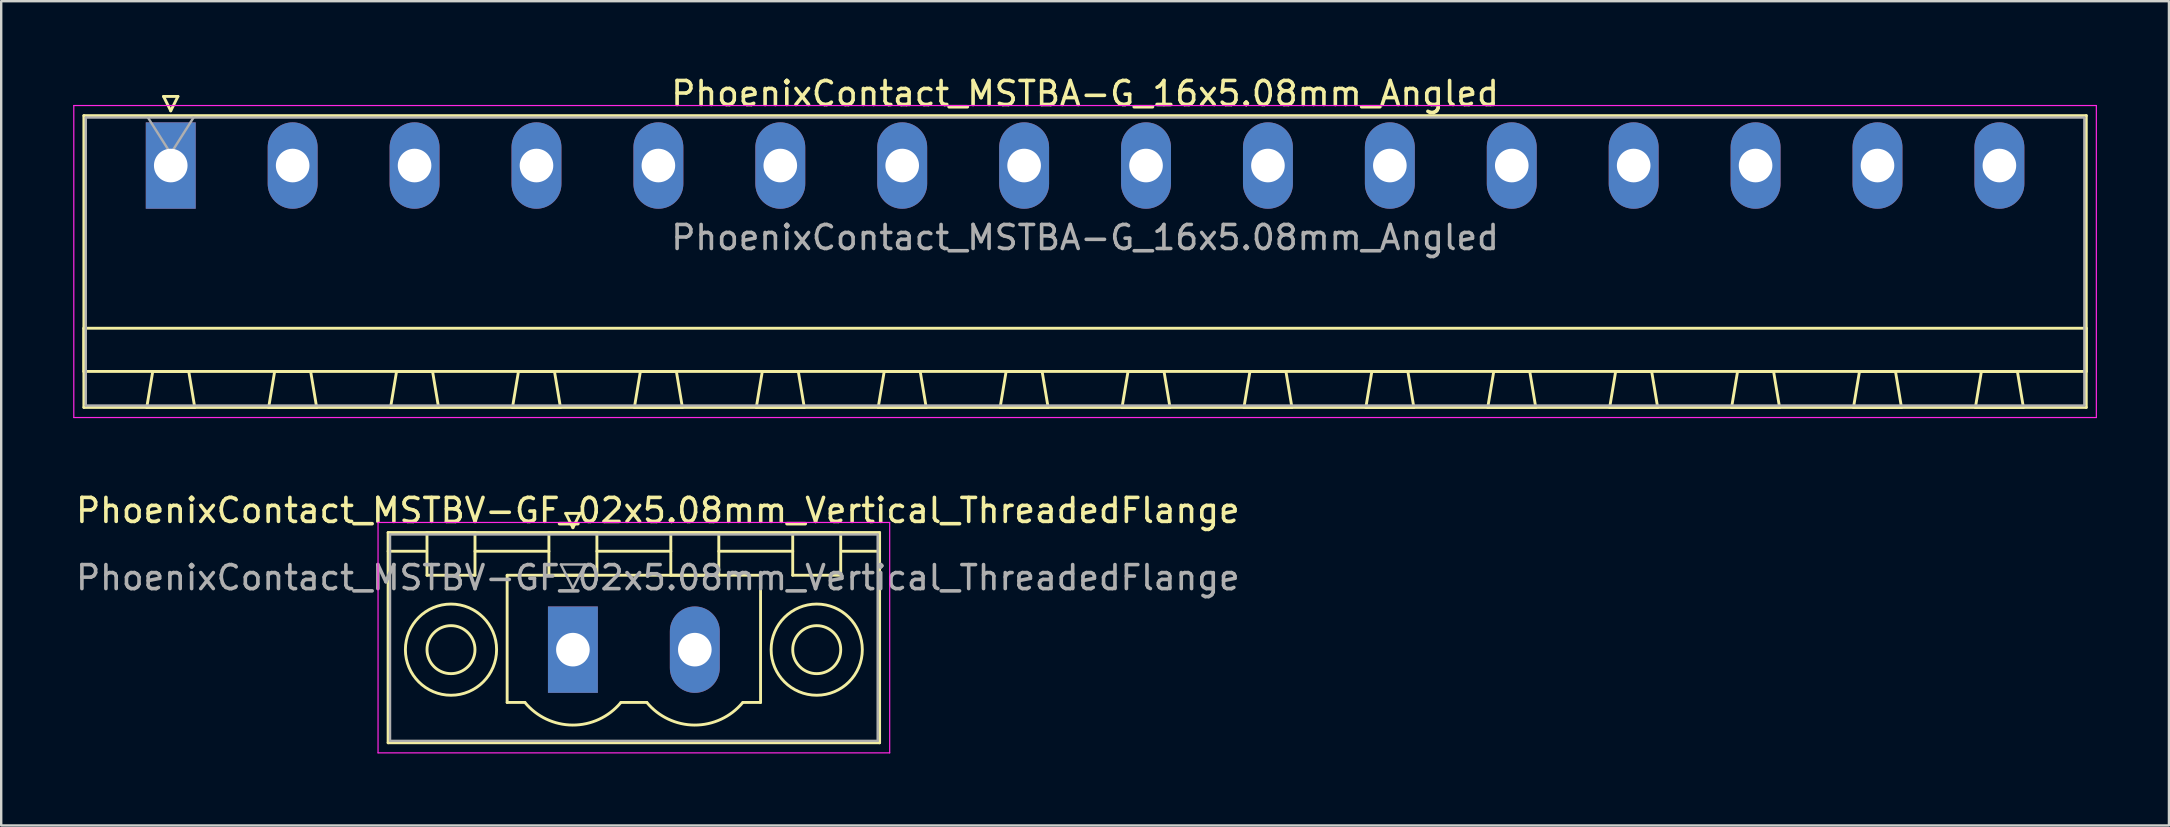
<source format=kicad_pcb>
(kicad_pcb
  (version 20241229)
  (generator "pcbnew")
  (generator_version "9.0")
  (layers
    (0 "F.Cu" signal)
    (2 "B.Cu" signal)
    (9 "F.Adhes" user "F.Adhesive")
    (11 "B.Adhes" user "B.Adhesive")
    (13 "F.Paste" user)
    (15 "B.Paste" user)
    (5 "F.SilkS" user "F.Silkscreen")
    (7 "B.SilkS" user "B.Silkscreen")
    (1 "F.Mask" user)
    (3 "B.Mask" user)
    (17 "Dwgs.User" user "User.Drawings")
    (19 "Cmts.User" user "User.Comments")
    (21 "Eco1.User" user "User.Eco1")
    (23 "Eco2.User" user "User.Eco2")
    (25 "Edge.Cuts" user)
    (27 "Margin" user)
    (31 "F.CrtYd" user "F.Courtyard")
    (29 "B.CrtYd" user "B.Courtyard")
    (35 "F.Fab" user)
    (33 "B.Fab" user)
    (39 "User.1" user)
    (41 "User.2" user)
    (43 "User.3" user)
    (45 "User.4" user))
  (footprint "PhoenixContact_MSTBA-G_16x5.08mm_Angled"
    (layer "F.Cu")
    (at 4.065 3.848)
    (property "Reference" "PhoenixContact_MSTBA-G_16x5.08mm_Angled" (at 38.1 -3 0) (layer "F.SilkS") (effects (font (size 1 1) (thickness 0.15))))
    (attr through_hole)
    (fp_line (start -3.62 -2.08) (end -3.62 10.08) (stroke (width 0.12) (type solid)) (layer "F.SilkS"))
    (fp_line (start -3.62 6.78) (end 79.82 6.78) (stroke (width 0.12) (type solid)) (layer "F.SilkS"))
    (fp_line (start -3.62 8.58) (end -3.62 6.78) (stroke (width 0.12) (type solid)) (layer "F.SilkS"))
    (fp_line (start -3.62 10.08) (end 79.82 10.08) (stroke (width 0.12) (type solid)) (layer "F.SilkS"))
    (fp_line (start -1 10.08) (end 1 10.08) (stroke (width 0.12) (type solid)) (layer "F.SilkS"))
    (fp_line (start -0.75 8.58) (end -1 10.08) (stroke (width 0.12) (type solid)) (layer "F.SilkS"))
    (fp_line (start -0.3 -2.88) (end 0.3 -2.88) (stroke (width 0.12) (type solid)) (layer "F.SilkS"))
    (fp_line (start 0 -2.28) (end -0.3 -2.88) (stroke (width 0.12) (type solid)) (layer "F.SilkS"))
    (fp_line (start 0.3 -2.88) (end 0 -2.28) (stroke (width 0.12) (type solid)) (layer "F.SilkS"))
    (fp_line (start 0.75 8.58) (end -0.75 8.58) (stroke (width 0.12) (type solid)) (layer "F.SilkS"))
    (fp_line (start 1 10.08) (end 0.75 8.58) (stroke (width 0.12) (type solid)) (layer "F.SilkS"))
    (fp_line (start 4.08 10.08) (end 6.08 10.08) (stroke (width 0.12) (type solid)) (layer "F.SilkS"))
    (fp_line (start 4.33 8.58) (end 4.08 10.08) (stroke (width 0.12) (type solid)) (layer "F.SilkS"))
    (fp_line (start 5.83 8.58) (end 4.33 8.58) (stroke (width 0.12) (type solid)) (layer "F.SilkS"))
    (fp_line (start 6.08 10.08) (end 5.83 8.58) (stroke (width 0.12) (type solid)) (layer "F.SilkS"))
    (fp_line (start 9.16 10.08) (end 11.16 10.08) (stroke (width 0.12) (type solid)) (layer "F.SilkS"))
    (fp_line (start 9.41 8.58) (end 9.16 10.08) (stroke (width 0.12) (type solid)) (layer "F.SilkS"))
    (fp_line (start 10.91 8.58) (end 9.41 8.58) (stroke (width 0.12) (type solid)) (layer "F.SilkS"))
    (fp_line (start 11.16 10.08) (end 10.91 8.58) (stroke (width 0.12) (type solid)) (layer "F.SilkS"))
    (fp_line (start 14.24 10.08) (end 16.24 10.08) (stroke (width 0.12) (type solid)) (layer "F.SilkS"))
    (fp_line (start 14.49 8.58) (end 14.24 10.08) (stroke (width 0.12) (type solid)) (layer "F.SilkS"))
    (fp_line (start 15.99 8.58) (end 14.49 8.58) (stroke (width 0.12) (type solid)) (layer "F.SilkS"))
    (fp_line (start 16.24 10.08) (end 15.99 8.58) (stroke (width 0.12) (type solid)) (layer "F.SilkS"))
    (fp_line (start 19.32 10.08) (end 21.32 10.08) (stroke (width 0.12) (type solid)) (layer "F.SilkS"))
    (fp_line (start 19.57 8.58) (end 19.32 10.08) (stroke (width 0.12) (type solid)) (layer "F.SilkS"))
    (fp_line (start 21.07 8.58) (end 19.57 8.58) (stroke (width 0.12) (type solid)) (layer "F.SilkS"))
    (fp_line (start 21.32 10.08) (end 21.07 8.58) (stroke (width 0.12) (type solid)) (layer "F.SilkS"))
    (fp_line (start 24.4 10.08) (end 26.4 10.08) (stroke (width 0.12) (type solid)) (layer "F.SilkS"))
    (fp_line (start 24.65 8.58) (end 24.4 10.08) (stroke (width 0.12) (type solid)) (layer "F.SilkS"))
    (fp_line (start 26.15 8.58) (end 24.65 8.58) (stroke (width 0.12) (type solid)) (layer "F.SilkS"))
    (fp_line (start 26.4 10.08) (end 26.15 8.58) (stroke (width 0.12) (type solid)) (layer "F.SilkS"))
    (fp_line (start 29.48 10.08) (end 31.48 10.08) (stroke (width 0.12) (type solid)) (layer "F.SilkS"))
    (fp_line (start 29.73 8.58) (end 29.48 10.08) (stroke (width 0.12) (type solid)) (layer "F.SilkS"))
    (fp_line (start 31.23 8.58) (end 29.73 8.58) (stroke (width 0.12) (type solid)) (layer "F.SilkS"))
    (fp_line (start 31.48 10.08) (end 31.23 8.58) (stroke (width 0.12) (type solid)) (layer "F.SilkS"))
    (fp_line (start 34.56 10.08) (end 36.56 10.08) (stroke (width 0.12) (type solid)) (layer "F.SilkS"))
    (fp_line (start 34.81 8.58) (end 34.56 10.08) (stroke (width 0.12) (type solid)) (layer "F.SilkS"))
    (fp_line (start 36.31 8.58) (end 34.81 8.58) (stroke (width 0.12) (type solid)) (layer "F.SilkS"))
    (fp_line (start 36.56 10.08) (end 36.31 8.58) (stroke (width 0.12) (type solid)) (layer "F.SilkS"))
    (fp_line (start 39.64 10.08) (end 41.64 10.08) (stroke (width 0.12) (type solid)) (layer "F.SilkS"))
    (fp_line (start 39.89 8.58) (end 39.64 10.08) (stroke (width 0.12) (type solid)) (layer "F.SilkS"))
    (fp_line (start 41.39 8.58) (end 39.89 8.58) (stroke (width 0.12) (type solid)) (layer "F.SilkS"))
    (fp_line (start 41.64 10.08) (end 41.39 8.58) (stroke (width 0.12) (type solid)) (layer "F.SilkS"))
    (fp_line (start 44.72 10.08) (end 46.72 10.08) (stroke (width 0.12) (type solid)) (layer "F.SilkS"))
    (fp_line (start 44.97 8.58) (end 44.72 10.08) (stroke (width 0.12) (type solid)) (layer "F.SilkS"))
    (fp_line (start 46.47 8.58) (end 44.97 8.58) (stroke (width 0.12) (type solid)) (layer "F.SilkS"))
    (fp_line (start 46.72 10.08) (end 46.47 8.58) (stroke (width 0.12) (type solid)) (layer "F.SilkS"))
    (fp_line (start 49.8 10.08) (end 51.8 10.08) (stroke (width 0.12) (type solid)) (layer "F.SilkS"))
    (fp_line (start 50.05 8.58) (end 49.8 10.08) (stroke (width 0.12) (type solid)) (layer "F.SilkS"))
    (fp_line (start 51.55 8.58) (end 50.05 8.58) (stroke (width 0.12) (type solid)) (layer "F.SilkS"))
    (fp_line (start 51.8 10.08) (end 51.55 8.58) (stroke (width 0.12) (type solid)) (layer "F.SilkS"))
    (fp_line (start 54.88 10.08) (end 56.88 10.08) (stroke (width 0.12) (type solid)) (layer "F.SilkS"))
    (fp_line (start 55.13 8.58) (end 54.88 10.08) (stroke (width 0.12) (type solid)) (layer "F.SilkS"))
    (fp_line (start 56.63 8.58) (end 55.13 8.58) (stroke (width 0.12) (type solid)) (layer "F.SilkS"))
    (fp_line (start 56.88 10.08) (end 56.63 8.58) (stroke (width 0.12) (type solid)) (layer "F.SilkS"))
    (fp_line (start 59.96 10.08) (end 61.96 10.08) (stroke (width 0.12) (type solid)) (layer "F.SilkS"))
    (fp_line (start 60.21 8.58) (end 59.96 10.08) (stroke (width 0.12) (type solid)) (layer "F.SilkS"))
    (fp_line (start 61.71 8.58) (end 60.21 8.58) (stroke (width 0.12) (type solid)) (layer "F.SilkS"))
    (fp_line (start 61.96 10.08) (end 61.71 8.58) (stroke (width 0.12) (type solid)) (layer "F.SilkS"))
    (fp_line (start 65.04 10.08) (end 67.04 10.08) (stroke (width 0.12) (type solid)) (layer "F.SilkS"))
    (fp_line (start 65.29 8.58) (end 65.04 10.08) (stroke (width 0.12) (type solid)) (layer "F.SilkS"))
    (fp_line (start 66.79 8.58) (end 65.29 8.58) (stroke (width 0.12) (type solid)) (layer "F.SilkS"))
    (fp_line (start 67.04 10.08) (end 66.79 8.58) (stroke (width 0.12) (type solid)) (layer "F.SilkS"))
    (fp_line (start 70.12 10.08) (end 72.12 10.08) (stroke (width 0.12) (type solid)) (layer "F.SilkS"))
    (fp_line (start 70.37 8.58) (end 70.12 10.08) (stroke (width 0.12) (type solid)) (layer "F.SilkS"))
    (fp_line (start 71.87 8.58) (end 70.37 8.58) (stroke (width 0.12) (type solid)) (layer "F.SilkS"))
    (fp_line (start 72.12 10.08) (end 71.87 8.58) (stroke (width 0.12) (type solid)) (layer "F.SilkS"))
    (fp_line (start 75.2 10.08) (end 77.2 10.08) (stroke (width 0.12) (type solid)) (layer "F.SilkS"))
    (fp_line (start 75.45 8.58) (end 75.2 10.08) (stroke (width 0.12) (type solid)) (layer "F.SilkS"))
    (fp_line (start 76.95 8.58) (end 75.45 8.58) (stroke (width 0.12) (type solid)) (layer "F.SilkS"))
    (fp_line (start 77.2 10.08) (end 76.95 8.58) (stroke (width 0.12) (type solid)) (layer "F.SilkS"))
    (fp_line (start 79.82 -2.08) (end -3.62 -2.08) (stroke (width 0.12) (type solid)) (layer "F.SilkS"))
    (fp_line (start 79.82 6.78) (end 79.82 8.58) (stroke (width 0.12) (type solid)) (layer "F.SilkS"))
    (fp_line (start 79.82 8.58) (end -3.62 8.58) (stroke (width 0.12) (type solid)) (layer "F.SilkS"))
    (fp_line (start 79.82 10.08) (end 79.82 -2.08) (stroke (width 0.12) (type solid)) (layer "F.SilkS"))
    (fp_line (start -4.04 -2.5) (end -4.04 10.5) (stroke (width 0.05) (type solid)) (layer "F.CrtYd"))
    (fp_line (start -4.04 10.5) (end 80.24 10.5) (stroke (width 0.05) (type solid)) (layer "F.CrtYd"))
    (fp_line (start 80.24 -2.5) (end -4.04 -2.5) (stroke (width 0.05) (type solid)) (layer "F.CrtYd"))
    (fp_line (start 80.24 10.5) (end 80.24 -2.5) (stroke (width 0.05) (type solid)) (layer "F.CrtYd"))
    (fp_line (start -3.54 -2) (end -3.54 10) (stroke (width 0.1) (type solid)) (layer "F.Fab"))
    (fp_line (start -3.54 10) (end 79.74 10) (stroke (width 0.1) (type solid)) (layer "F.Fab"))
    (fp_line (start 0 -0.5) (end -0.95 -2) (stroke (width 0.1) (type solid)) (layer "F.Fab"))
    (fp_line (start 0.95 -2) (end 0 -0.5) (stroke (width 0.1) (type solid)) (layer "F.Fab"))
    (fp_line (start 79.74 -2) (end -3.54 -2) (stroke (width 0.1) (type solid)) (layer "F.Fab"))
    (fp_line (start 79.74 10) (end 79.74 -2) (stroke (width 0.1) (type solid)) (layer "F.Fab"))
    (fp_text user "${REFERENCE}" (at 38.1 3 0) (layer "F.Fab") (effects (font (size 1 1) (thickness 0.15))))
    (pad "1" thru_hole rect (at 0 0) (size 2.08 3.6) (drill 1.4) (layers "*.Cu" "*.Mask"))
    (pad "2" thru_hole oval (at 5.08 0) (size 2.08 3.6) (drill 1.4) (layers "*.Cu" "*.Mask"))
    (pad "3" thru_hole oval (at 10.16 0) (size 2.08 3.6) (drill 1.4) (layers "*.Cu" "*.Mask"))
    (pad "4" thru_hole oval (at 15.24 0) (size 2.08 3.6) (drill 1.4) (layers "*.Cu" "*.Mask"))
    (pad "5" thru_hole oval (at 20.32 0) (size 2.08 3.6) (drill 1.4) (layers "*.Cu" "*.Mask"))
    (pad "6" thru_hole oval (at 25.4 0) (size 2.08 3.6) (drill 1.4) (layers "*.Cu" "*.Mask"))
    (pad "7" thru_hole oval (at 30.48 0) (size 2.08 3.6) (drill 1.4) (layers "*.Cu" "*.Mask"))
    (pad "8" thru_hole oval (at 35.56 0) (size 2.08 3.6) (drill 1.4) (layers "*.Cu" "*.Mask"))
    (pad "9" thru_hole oval (at 40.64 0) (size 2.08 3.6) (drill 1.4) (layers "*.Cu" "*.Mask"))
    (pad "10" thru_hole oval (at 45.72 0) (size 2.08 3.6) (drill 1.4) (layers "*.Cu" "*.Mask"))
    (pad "11" thru_hole oval (at 50.8 0) (size 2.08 3.6) (drill 1.4) (layers "*.Cu" "*.Mask"))
    (pad "12" thru_hole oval (at 55.88 0) (size 2.08 3.6) (drill 1.4) (layers "*.Cu" "*.Mask"))
    (pad "13" thru_hole oval (at 60.96 0) (size 2.08 3.6) (drill 1.4) (layers "*.Cu" "*.Mask"))
    (pad "14" thru_hole oval (at 66.04 0) (size 2.08 3.6) (drill 1.4) (layers "*.Cu" "*.Mask"))
    (pad "15" thru_hole oval (at 71.12 0) (size 2.08 3.6) (drill 1.4) (layers "*.Cu" "*.Mask"))
    (pad "16" thru_hole oval (at 76.2 0) (size 2.08 3.6) (drill 1.4) (layers "*.Cu" "*.Mask")))
  (footprint "PhoenixContact_MSTBV-GF_02x5.08mm_Vertical_ThreadedFlange"
    (layer "F.Cu")
    (at 20.823 24.021)
    (property "Reference" "PhoenixContact_MSTBV-GF_02x5.08mm_Vertical_ThreadedFlange" (at 3.54 -5.8 0) (layer "F.SilkS") (effects (font (size 1 1) (thickness 0.15))))
    (attr through_hole)
    (fp_line (start -7.7 -4.88) (end -7.7 3.88) (stroke (width 0.12) (type solid)) (layer "F.SilkS"))
    (fp_line (start -7.7 -4.1) (end -6.16 -4.1) (stroke (width 0.12) (type solid)) (layer "F.SilkS"))
    (fp_line (start -7.7 3.88) (end 12.78 3.88) (stroke (width 0.12) (type solid)) (layer "F.SilkS"))
    (fp_line (start -6.08 -4.88) (end -4.08 -4.88) (stroke (width 0.12) (type solid)) (layer "F.SilkS"))
    (fp_line (start -6.08 -3.1) (end -6.08 -4.88) (stroke (width 0.12) (type solid)) (layer "F.SilkS"))
    (fp_line (start -4.08 -4.88) (end -4.08 -3.1) (stroke (width 0.12) (type solid)) (layer "F.SilkS"))
    (fp_line (start -4.08 -4.1) (end -1 -4.1) (stroke (width 0.12) (type solid)) (layer "F.SilkS"))
    (fp_line (start -4.08 -3.1) (end -6.08 -3.1) (stroke (width 0.12) (type solid)) (layer "F.SilkS"))
    (fp_line (start -2.74 -3.1) (end 7.82 -3.1) (stroke (width 0.12) (type solid)) (layer "F.SilkS"))
    (fp_line (start -2.74 2.2) (end -2.74 -3.1) (stroke (width 0.12) (type solid)) (layer "F.SilkS"))
    (fp_line (start -2 2.2) (end -2.74 2.2) (stroke (width 0.12) (type solid)) (layer "F.SilkS"))
    (fp_line (start -1 -4.88) (end 1 -4.88) (stroke (width 0.12) (type solid)) (layer "F.SilkS"))
    (fp_line (start -1 -3.1) (end -1 -4.88) (stroke (width 0.12) (type solid)) (layer "F.SilkS"))
    (fp_line (start -0.3 -5.68) (end 0.3 -5.68) (stroke (width 0.12) (type solid)) (layer "F.SilkS"))
    (fp_line (start 0 -5.08) (end -0.3 -5.68) (stroke (width 0.12) (type solid)) (layer "F.SilkS"))
    (fp_line (start 0.3 -5.68) (end 0 -5.08) (stroke (width 0.12) (type solid)) (layer "F.SilkS"))
    (fp_line (start 1 -4.88) (end 1 -3.1) (stroke (width 0.12) (type solid)) (layer "F.SilkS"))
    (fp_line (start 1 -4.1) (end 4.08 -4.1) (stroke (width 0.12) (type solid)) (layer "F.SilkS"))
    (fp_line (start 1 -3.1) (end -1 -3.1) (stroke (width 0.12) (type solid)) (layer "F.SilkS"))
    (fp_line (start 2 2.2) (end 3.08 2.2) (stroke (width 0.12) (type solid)) (layer "F.SilkS"))
    (fp_line (start 4.08 -4.88) (end 6.08 -4.88) (stroke (width 0.12) (type solid)) (layer "F.SilkS"))
    (fp_line (start 4.08 -3.1) (end 4.08 -4.88) (stroke (width 0.12) (type solid)) (layer "F.SilkS"))
    (fp_line (start 6.08 -4.88) (end 6.08 -3.1) (stroke (width 0.12) (type solid)) (layer "F.SilkS"))
    (fp_line (start 6.08 -4.1) (end 9.16 -4.1) (stroke (width 0.12) (type solid)) (layer "F.SilkS"))
    (fp_line (start 6.08 -3.1) (end 4.08 -3.1) (stroke (width 0.12) (type solid)) (layer "F.SilkS"))
    (fp_line (start 7.82 -3.1) (end 7.82 2.2) (stroke (width 0.12) (type solid)) (layer "F.SilkS"))
    (fp_line (start 7.82 2.2) (end 7.08 2.2) (stroke (width 0.12) (type solid)) (layer "F.SilkS"))
    (fp_line (start 9.16 -4.88) (end 11.16 -4.88) (stroke (width 0.12) (type solid)) (layer "F.SilkS"))
    (fp_line (start 9.16 -3.1) (end 9.16 -4.88) (stroke (width 0.12) (type solid)) (layer "F.SilkS"))
    (fp_line (start 11.16 -4.88) (end 11.16 -3.1) (stroke (width 0.12) (type solid)) (layer "F.SilkS"))
    (fp_line (start 11.16 -3.1) (end 9.16 -3.1) (stroke (width 0.12) (type solid)) (layer "F.SilkS"))
    (fp_line (start 12.78 -4.88) (end -7.7 -4.88) (stroke (width 0.12) (type solid)) (layer "F.SilkS"))
    (fp_line (start 12.78 -4.1) (end 11.24 -4.1) (stroke (width 0.12) (type solid)) (layer "F.SilkS"))
    (fp_line (start 12.78 3.88) (end 12.78 -4.88) (stroke (width 0.12) (type solid)) (layer "F.SilkS"))
    (fp_arc (start 1.986842 2.215821) (mid -0.010289 3.142758) (end -2 2.2) (stroke (width 0.12) (type solid)) (layer "F.SilkS"))
    (fp_arc (start 7.066842 2.215821) (mid 5.069711 3.142758) (end 3.08 2.2) (stroke (width 0.12) (type solid)) (layer "F.SilkS"))
    (fp_circle (center -5.08 0) (end -4.08 0) (stroke (width 0.12) (type solid)) (fill no) (layer "F.SilkS"))
    (fp_circle (center -5.08 0) (end -3.18 0) (stroke (width 0.12) (type solid)) (fill no) (layer "F.SilkS"))
    (fp_circle (center 10.16 0) (end 11.16 0) (stroke (width 0.12) (type solid)) (fill no) (layer "F.SilkS"))
    (fp_circle (center 10.16 0) (end 12.06 0) (stroke (width 0.12) (type solid)) (fill no) (layer "F.SilkS"))
    (fp_line (start -8.12 -5.3) (end -8.12 4.3) (stroke (width 0.05) (type solid)) (layer "F.CrtYd"))
    (fp_line (start -8.12 4.3) (end 13.2 4.3) (stroke (width 0.05) (type solid)) (layer "F.CrtYd"))
    (fp_line (start 13.2 -5.3) (end -8.12 -5.3) (stroke (width 0.05) (type solid)) (layer "F.CrtYd"))
    (fp_line (start 13.2 4.3) (end 13.2 -5.3) (stroke (width 0.05) (type solid)) (layer "F.CrtYd"))
    (fp_line (start -7.62 -4.8) (end -7.62 3.8) (stroke (width 0.1) (type solid)) (layer "F.Fab"))
    (fp_line (start -7.62 3.8) (end 12.7 3.8) (stroke (width 0.1) (type solid)) (layer "F.Fab"))
    (fp_line (start -0.5 -3.55) (end 0.5 -3.55) (stroke (width 0.1) (type solid)) (layer "F.Fab"))
    (fp_line (start 0 -2.55) (end -0.5 -3.55) (stroke (width 0.1) (type solid)) (layer "F.Fab"))
    (fp_line (start 0.5 -3.55) (end 0 -2.55) (stroke (width 0.1) (type solid)) (layer "F.Fab"))
    (fp_line (start 12.7 -4.8) (end -7.62 -4.8) (stroke (width 0.1) (type solid)) (layer "F.Fab"))
    (fp_line (start 12.7 3.8) (end 12.7 -4.8) (stroke (width 0.1) (type solid)) (layer "F.Fab"))
    (fp_text user "${REFERENCE}" (at 3.54 -3 0) (layer "F.Fab") (effects (font (size 1 1) (thickness 0.15))))
    (pad "1" thru_hole rect (at 0 0) (size 2.08 3.6) (drill 1.4) (layers "*.Cu" "*.Mask"))
    (pad "2" thru_hole oval (at 5.08 0) (size 2.08 3.6) (drill 1.4) (layers "*.Cu" "*.Mask")))
  (gr_rect
    (start -3 -3)
    (end 87.33 31.346)
    (stroke (width 0.1) (type default))
    (fill no)
    (layer "Edge.Cuts")))
</source>
